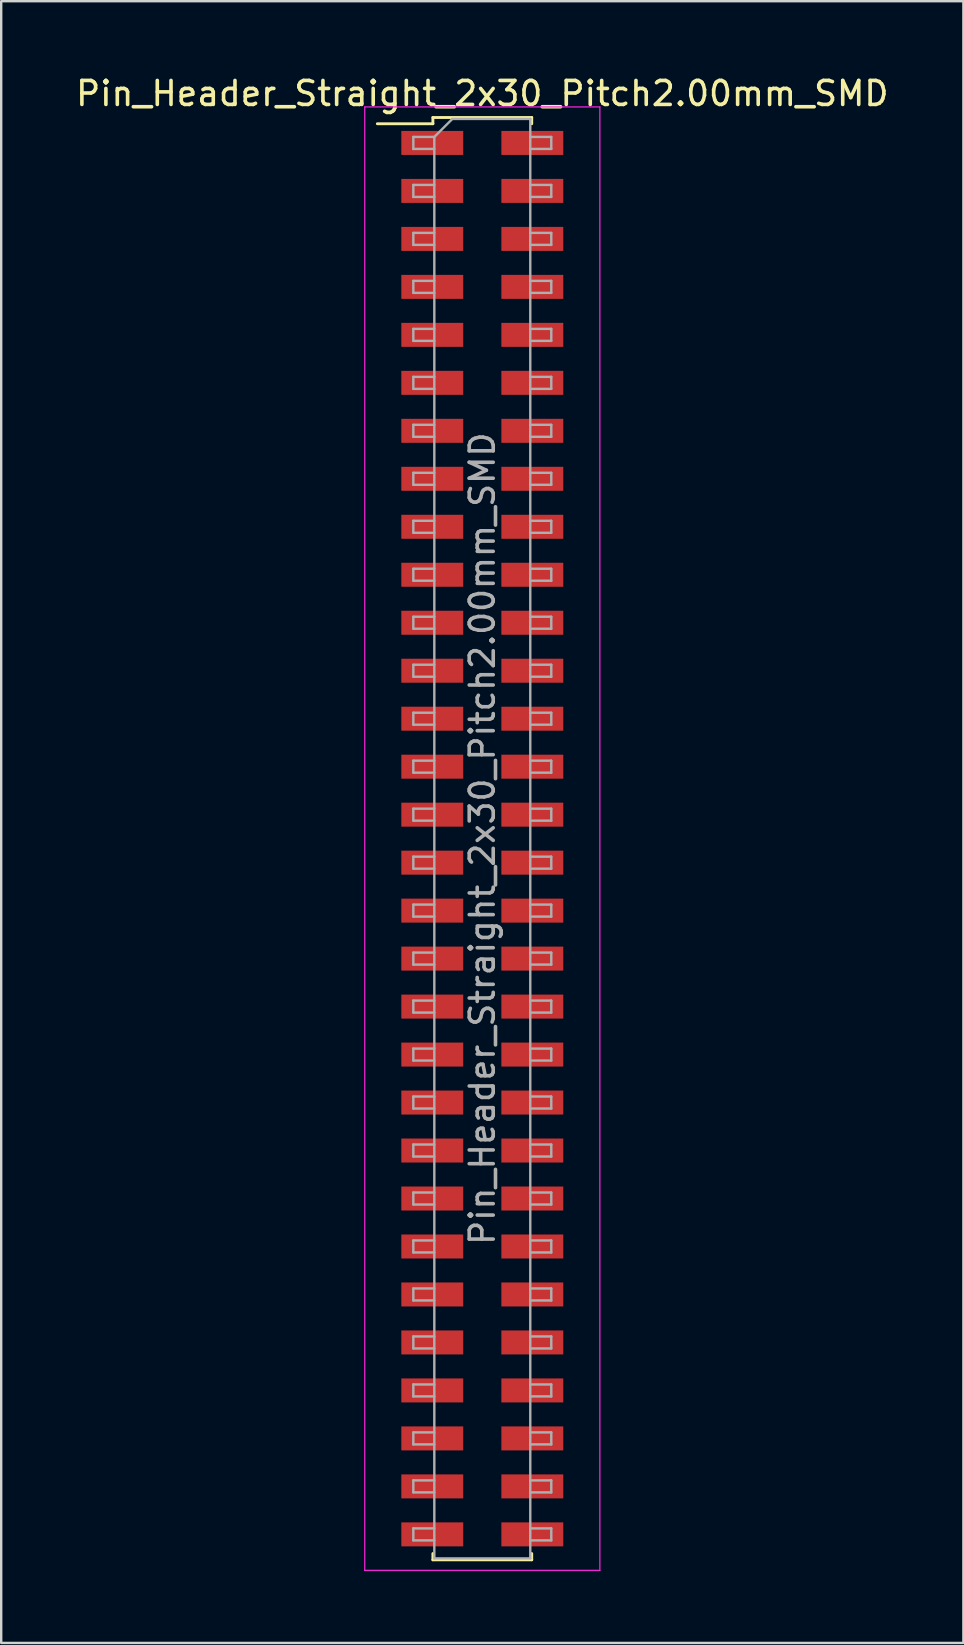
<source format=kicad_pcb>
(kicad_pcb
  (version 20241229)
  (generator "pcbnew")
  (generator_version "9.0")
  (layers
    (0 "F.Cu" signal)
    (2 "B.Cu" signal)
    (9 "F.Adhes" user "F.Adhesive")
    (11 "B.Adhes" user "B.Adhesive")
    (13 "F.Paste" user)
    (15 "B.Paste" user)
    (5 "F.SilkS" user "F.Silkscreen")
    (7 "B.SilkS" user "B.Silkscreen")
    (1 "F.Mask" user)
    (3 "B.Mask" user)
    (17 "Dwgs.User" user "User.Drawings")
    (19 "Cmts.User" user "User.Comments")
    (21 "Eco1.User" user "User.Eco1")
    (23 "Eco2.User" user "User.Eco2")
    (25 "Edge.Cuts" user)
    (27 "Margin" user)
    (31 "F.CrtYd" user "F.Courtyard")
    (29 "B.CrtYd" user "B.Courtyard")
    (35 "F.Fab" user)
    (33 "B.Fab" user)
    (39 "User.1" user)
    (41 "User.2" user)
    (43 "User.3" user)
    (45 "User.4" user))
  (footprint "Pin_Header_Straight_2x30_Pitch2.00mm_SMD"
    (layer "F.Cu")
    (at 17.054 31.908)
    (property "Reference" "Pin_Header_Straight_2x30_Pitch2.00mm_SMD" (at 0 -31.06 0) (layer "F.SilkS") (effects (font (size 1 1) (thickness 0.15))))
    (attr smd)
    (fp_line (start -4.375 -29.8) (end -2.06 -29.8) (stroke (width 0.12) (type solid)) (layer "F.SilkS"))
    (fp_line (start -2.06 -30.06) (end 2.06 -30.06) (stroke (width 0.12) (type solid)) (layer "F.SilkS"))
    (fp_line (start -2.06 -29.8) (end -2.06 -30.06) (stroke (width 0.12) (type solid)) (layer "F.SilkS"))
    (fp_line (start -2.06 29.8) (end -2.06 30.06) (stroke (width 0.12) (type solid)) (layer "F.SilkS"))
    (fp_line (start -2.06 30.06) (end 2.06 30.06) (stroke (width 0.12) (type solid)) (layer "F.SilkS"))
    (fp_line (start 2.06 -30.06) (end 2.06 -29.8) (stroke (width 0.12) (type solid)) (layer "F.SilkS"))
    (fp_line (start 2.06 30.06) (end 2.06 29.8) (stroke (width 0.12) (type solid)) (layer "F.SilkS"))
    (fp_line (start -4.9 -30.5) (end -4.9 30.5) (stroke (width 0.05) (type solid)) (layer "F.CrtYd"))
    (fp_line (start -4.9 30.5) (end 4.9 30.5) (stroke (width 0.05) (type solid)) (layer "F.CrtYd"))
    (fp_line (start 4.9 -30.5) (end -4.9 -30.5) (stroke (width 0.05) (type solid)) (layer "F.CrtYd"))
    (fp_line (start 4.9 30.5) (end 4.9 -30.5) (stroke (width 0.05) (type solid)) (layer "F.CrtYd"))
    (fp_line (start -2.875 -29.25) (end -2.875 -28.75) (stroke (width 0.1) (type solid)) (layer "F.Fab"))
    (fp_line (start -2.875 -28.75) (end -2 -28.75) (stroke (width 0.1) (type solid)) (layer "F.Fab"))
    (fp_line (start -2.875 -27.25) (end -2.875 -26.75) (stroke (width 0.1) (type solid)) (layer "F.Fab"))
    (fp_line (start -2.875 -26.75) (end -2 -26.75) (stroke (width 0.1) (type solid)) (layer "F.Fab"))
    (fp_line (start -2.875 -25.25) (end -2.875 -24.75) (stroke (width 0.1) (type solid)) (layer "F.Fab"))
    (fp_line (start -2.875 -24.75) (end -2 -24.75) (stroke (width 0.1) (type solid)) (layer "F.Fab"))
    (fp_line (start -2.875 -23.25) (end -2.875 -22.75) (stroke (width 0.1) (type solid)) (layer "F.Fab"))
    (fp_line (start -2.875 -22.75) (end -2 -22.75) (stroke (width 0.1) (type solid)) (layer "F.Fab"))
    (fp_line (start -2.875 -21.25) (end -2.875 -20.75) (stroke (width 0.1) (type solid)) (layer "F.Fab"))
    (fp_line (start -2.875 -20.75) (end -2 -20.75) (stroke (width 0.1) (type solid)) (layer "F.Fab"))
    (fp_line (start -2.875 -19.25) (end -2.875 -18.75) (stroke (width 0.1) (type solid)) (layer "F.Fab"))
    (fp_line (start -2.875 -18.75) (end -2 -18.75) (stroke (width 0.1) (type solid)) (layer "F.Fab"))
    (fp_line (start -2.875 -17.25) (end -2.875 -16.75) (stroke (width 0.1) (type solid)) (layer "F.Fab"))
    (fp_line (start -2.875 -16.75) (end -2 -16.75) (stroke (width 0.1) (type solid)) (layer "F.Fab"))
    (fp_line (start -2.875 -15.25) (end -2.875 -14.75) (stroke (width 0.1) (type solid)) (layer "F.Fab"))
    (fp_line (start -2.875 -14.75) (end -2 -14.75) (stroke (width 0.1) (type solid)) (layer "F.Fab"))
    (fp_line (start -2.875 -13.25) (end -2.875 -12.75) (stroke (width 0.1) (type solid)) (layer "F.Fab"))
    (fp_line (start -2.875 -12.75) (end -2 -12.75) (stroke (width 0.1) (type solid)) (layer "F.Fab"))
    (fp_line (start -2.875 -11.25) (end -2.875 -10.75) (stroke (width 0.1) (type solid)) (layer "F.Fab"))
    (fp_line (start -2.875 -10.75) (end -2 -10.75) (stroke (width 0.1) (type solid)) (layer "F.Fab"))
    (fp_line (start -2.875 -9.25) (end -2.875 -8.75) (stroke (width 0.1) (type solid)) (layer "F.Fab"))
    (fp_line (start -2.875 -8.75) (end -2 -8.75) (stroke (width 0.1) (type solid)) (layer "F.Fab"))
    (fp_line (start -2.875 -7.25) (end -2.875 -6.75) (stroke (width 0.1) (type solid)) (layer "F.Fab"))
    (fp_line (start -2.875 -6.75) (end -2 -6.75) (stroke (width 0.1) (type solid)) (layer "F.Fab"))
    (fp_line (start -2.875 -5.25) (end -2.875 -4.75) (stroke (width 0.1) (type solid)) (layer "F.Fab"))
    (fp_line (start -2.875 -4.75) (end -2 -4.75) (stroke (width 0.1) (type solid)) (layer "F.Fab"))
    (fp_line (start -2.875 -3.25) (end -2.875 -2.75) (stroke (width 0.1) (type solid)) (layer "F.Fab"))
    (fp_line (start -2.875 -2.75) (end -2 -2.75) (stroke (width 0.1) (type solid)) (layer "F.Fab"))
    (fp_line (start -2.875 -1.25) (end -2.875 -0.75) (stroke (width 0.1) (type solid)) (layer "F.Fab"))
    (fp_line (start -2.875 -0.75) (end -2 -0.75) (stroke (width 0.1) (type solid)) (layer "F.Fab"))
    (fp_line (start -2.875 0.75) (end -2.875 1.25) (stroke (width 0.1) (type solid)) (layer "F.Fab"))
    (fp_line (start -2.875 1.25) (end -2 1.25) (stroke (width 0.1) (type solid)) (layer "F.Fab"))
    (fp_line (start -2.875 2.75) (end -2.875 3.25) (stroke (width 0.1) (type solid)) (layer "F.Fab"))
    (fp_line (start -2.875 3.25) (end -2 3.25) (stroke (width 0.1) (type solid)) (layer "F.Fab"))
    (fp_line (start -2.875 4.75) (end -2.875 5.25) (stroke (width 0.1) (type solid)) (layer "F.Fab"))
    (fp_line (start -2.875 5.25) (end -2 5.25) (stroke (width 0.1) (type solid)) (layer "F.Fab"))
    (fp_line (start -2.875 6.75) (end -2.875 7.25) (stroke (width 0.1) (type solid)) (layer "F.Fab"))
    (fp_line (start -2.875 7.25) (end -2 7.25) (stroke (width 0.1) (type solid)) (layer "F.Fab"))
    (fp_line (start -2.875 8.75) (end -2.875 9.25) (stroke (width 0.1) (type solid)) (layer "F.Fab"))
    (fp_line (start -2.875 9.25) (end -2 9.25) (stroke (width 0.1) (type solid)) (layer "F.Fab"))
    (fp_line (start -2.875 10.75) (end -2.875 11.25) (stroke (width 0.1) (type solid)) (layer "F.Fab"))
    (fp_line (start -2.875 11.25) (end -2 11.25) (stroke (width 0.1) (type solid)) (layer "F.Fab"))
    (fp_line (start -2.875 12.75) (end -2.875 13.25) (stroke (width 0.1) (type solid)) (layer "F.Fab"))
    (fp_line (start -2.875 13.25) (end -2 13.25) (stroke (width 0.1) (type solid)) (layer "F.Fab"))
    (fp_line (start -2.875 14.75) (end -2.875 15.25) (stroke (width 0.1) (type solid)) (layer "F.Fab"))
    (fp_line (start -2.875 15.25) (end -2 15.25) (stroke (width 0.1) (type solid)) (layer "F.Fab"))
    (fp_line (start -2.875 16.75) (end -2.875 17.25) (stroke (width 0.1) (type solid)) (layer "F.Fab"))
    (fp_line (start -2.875 17.25) (end -2 17.25) (stroke (width 0.1) (type solid)) (layer "F.Fab"))
    (fp_line (start -2.875 18.75) (end -2.875 19.25) (stroke (width 0.1) (type solid)) (layer "F.Fab"))
    (fp_line (start -2.875 19.25) (end -2 19.25) (stroke (width 0.1) (type solid)) (layer "F.Fab"))
    (fp_line (start -2.875 20.75) (end -2.875 21.25) (stroke (width 0.1) (type solid)) (layer "F.Fab"))
    (fp_line (start -2.875 21.25) (end -2 21.25) (stroke (width 0.1) (type solid)) (layer "F.Fab"))
    (fp_line (start -2.875 22.75) (end -2.875 23.25) (stroke (width 0.1) (type solid)) (layer "F.Fab"))
    (fp_line (start -2.875 23.25) (end -2 23.25) (stroke (width 0.1) (type solid)) (layer "F.Fab"))
    (fp_line (start -2.875 24.75) (end -2.875 25.25) (stroke (width 0.1) (type solid)) (layer "F.Fab"))
    (fp_line (start -2.875 25.25) (end -2 25.25) (stroke (width 0.1) (type solid)) (layer "F.Fab"))
    (fp_line (start -2.875 26.75) (end -2.875 27.25) (stroke (width 0.1) (type solid)) (layer "F.Fab"))
    (fp_line (start -2.875 27.25) (end -2 27.25) (stroke (width 0.1) (type solid)) (layer "F.Fab"))
    (fp_line (start -2.875 28.75) (end -2.875 29.25) (stroke (width 0.1) (type solid)) (layer "F.Fab"))
    (fp_line (start -2.875 29.25) (end -2 29.25) (stroke (width 0.1) (type solid)) (layer "F.Fab"))
    (fp_line (start -2 -29.25) (end -2.875 -29.25) (stroke (width 0.1) (type solid)) (layer "F.Fab"))
    (fp_line (start -2 -29.25) (end -1.25 -30) (stroke (width 0.1) (type solid)) (layer "F.Fab"))
    (fp_line (start -2 -27.25) (end -2.875 -27.25) (stroke (width 0.1) (type solid)) (layer "F.Fab"))
    (fp_line (start -2 -25.25) (end -2.875 -25.25) (stroke (width 0.1) (type solid)) (layer "F.Fab"))
    (fp_line (start -2 -23.25) (end -2.875 -23.25) (stroke (width 0.1) (type solid)) (layer "F.Fab"))
    (fp_line (start -2 -21.25) (end -2.875 -21.25) (stroke (width 0.1) (type solid)) (layer "F.Fab"))
    (fp_line (start -2 -19.25) (end -2.875 -19.25) (stroke (width 0.1) (type solid)) (layer "F.Fab"))
    (fp_line (start -2 -17.25) (end -2.875 -17.25) (stroke (width 0.1) (type solid)) (layer "F.Fab"))
    (fp_line (start -2 -15.25) (end -2.875 -15.25) (stroke (width 0.1) (type solid)) (layer "F.Fab"))
    (fp_line (start -2 -13.25) (end -2.875 -13.25) (stroke (width 0.1) (type solid)) (layer "F.Fab"))
    (fp_line (start -2 -11.25) (end -2.875 -11.25) (stroke (width 0.1) (type solid)) (layer "F.Fab"))
    (fp_line (start -2 -9.25) (end -2.875 -9.25) (stroke (width 0.1) (type solid)) (layer "F.Fab"))
    (fp_line (start -2 -7.25) (end -2.875 -7.25) (stroke (width 0.1) (type solid)) (layer "F.Fab"))
    (fp_line (start -2 -5.25) (end -2.875 -5.25) (stroke (width 0.1) (type solid)) (layer "F.Fab"))
    (fp_line (start -2 -3.25) (end -2.875 -3.25) (stroke (width 0.1) (type solid)) (layer "F.Fab"))
    (fp_line (start -2 -1.25) (end -2.875 -1.25) (stroke (width 0.1) (type solid)) (layer "F.Fab"))
    (fp_line (start -2 0.75) (end -2.875 0.75) (stroke (width 0.1) (type solid)) (layer "F.Fab"))
    (fp_line (start -2 2.75) (end -2.875 2.75) (stroke (width 0.1) (type solid)) (layer "F.Fab"))
    (fp_line (start -2 4.75) (end -2.875 4.75) (stroke (width 0.1) (type solid)) (layer "F.Fab"))
    (fp_line (start -2 6.75) (end -2.875 6.75) (stroke (width 0.1) (type solid)) (layer "F.Fab"))
    (fp_line (start -2 8.75) (end -2.875 8.75) (stroke (width 0.1) (type solid)) (layer "F.Fab"))
    (fp_line (start -2 10.75) (end -2.875 10.75) (stroke (width 0.1) (type solid)) (layer "F.Fab"))
    (fp_line (start -2 12.75) (end -2.875 12.75) (stroke (width 0.1) (type solid)) (layer "F.Fab"))
    (fp_line (start -2 14.75) (end -2.875 14.75) (stroke (width 0.1) (type solid)) (layer "F.Fab"))
    (fp_line (start -2 16.75) (end -2.875 16.75) (stroke (width 0.1) (type solid)) (layer "F.Fab"))
    (fp_line (start -2 18.75) (end -2.875 18.75) (stroke (width 0.1) (type solid)) (layer "F.Fab"))
    (fp_line (start -2 20.75) (end -2.875 20.75) (stroke (width 0.1) (type solid)) (layer "F.Fab"))
    (fp_line (start -2 22.75) (end -2.875 22.75) (stroke (width 0.1) (type solid)) (layer "F.Fab"))
    (fp_line (start -2 24.75) (end -2.875 24.75) (stroke (width 0.1) (type solid)) (layer "F.Fab"))
    (fp_line (start -2 26.75) (end -2.875 26.75) (stroke (width 0.1) (type solid)) (layer "F.Fab"))
    (fp_line (start -2 28.75) (end -2.875 28.75) (stroke (width 0.1) (type solid)) (layer "F.Fab"))
    (fp_line (start -2 30) (end -2 -29.25) (stroke (width 0.1) (type solid)) (layer "F.Fab"))
    (fp_line (start -1.25 -30) (end 2 -30) (stroke (width 0.1) (type solid)) (layer "F.Fab"))
    (fp_line (start 2 -30) (end 2 30) (stroke (width 0.1) (type solid)) (layer "F.Fab"))
    (fp_line (start 2 -29.25) (end 2.875 -29.25) (stroke (width 0.1) (type solid)) (layer "F.Fab"))
    (fp_line (start 2 -27.25) (end 2.875 -27.25) (stroke (width 0.1) (type solid)) (layer "F.Fab"))
    (fp_line (start 2 -25.25) (end 2.875 -25.25) (stroke (width 0.1) (type solid)) (layer "F.Fab"))
    (fp_line (start 2 -23.25) (end 2.875 -23.25) (stroke (width 0.1) (type solid)) (layer "F.Fab"))
    (fp_line (start 2 -21.25) (end 2.875 -21.25) (stroke (width 0.1) (type solid)) (layer "F.Fab"))
    (fp_line (start 2 -19.25) (end 2.875 -19.25) (stroke (width 0.1) (type solid)) (layer "F.Fab"))
    (fp_line (start 2 -17.25) (end 2.875 -17.25) (stroke (width 0.1) (type solid)) (layer "F.Fab"))
    (fp_line (start 2 -15.25) (end 2.875 -15.25) (stroke (width 0.1) (type solid)) (layer "F.Fab"))
    (fp_line (start 2 -13.25) (end 2.875 -13.25) (stroke (width 0.1) (type solid)) (layer "F.Fab"))
    (fp_line (start 2 -11.25) (end 2.875 -11.25) (stroke (width 0.1) (type solid)) (layer "F.Fab"))
    (fp_line (start 2 -9.25) (end 2.875 -9.25) (stroke (width 0.1) (type solid)) (layer "F.Fab"))
    (fp_line (start 2 -7.25) (end 2.875 -7.25) (stroke (width 0.1) (type solid)) (layer "F.Fab"))
    (fp_line (start 2 -5.25) (end 2.875 -5.25) (stroke (width 0.1) (type solid)) (layer "F.Fab"))
    (fp_line (start 2 -3.25) (end 2.875 -3.25) (stroke (width 0.1) (type solid)) (layer "F.Fab"))
    (fp_line (start 2 -1.25) (end 2.875 -1.25) (stroke (width 0.1) (type solid)) (layer "F.Fab"))
    (fp_line (start 2 0.75) (end 2.875 0.75) (stroke (width 0.1) (type solid)) (layer "F.Fab"))
    (fp_line (start 2 2.75) (end 2.875 2.75) (stroke (width 0.1) (type solid)) (layer "F.Fab"))
    (fp_line (start 2 4.75) (end 2.875 4.75) (stroke (width 0.1) (type solid)) (layer "F.Fab"))
    (fp_line (start 2 6.75) (end 2.875 6.75) (stroke (width 0.1) (type solid)) (layer "F.Fab"))
    (fp_line (start 2 8.75) (end 2.875 8.75) (stroke (width 0.1) (type solid)) (layer "F.Fab"))
    (fp_line (start 2 10.75) (end 2.875 10.75) (stroke (width 0.1) (type solid)) (layer "F.Fab"))
    (fp_line (start 2 12.75) (end 2.875 12.75) (stroke (width 0.1) (type solid)) (layer "F.Fab"))
    (fp_line (start 2 14.75) (end 2.875 14.75) (stroke (width 0.1) (type solid)) (layer "F.Fab"))
    (fp_line (start 2 16.75) (end 2.875 16.75) (stroke (width 0.1) (type solid)) (layer "F.Fab"))
    (fp_line (start 2 18.75) (end 2.875 18.75) (stroke (width 0.1) (type solid)) (layer "F.Fab"))
    (fp_line (start 2 20.75) (end 2.875 20.75) (stroke (width 0.1) (type solid)) (layer "F.Fab"))
    (fp_line (start 2 22.75) (end 2.875 22.75) (stroke (width 0.1) (type solid)) (layer "F.Fab"))
    (fp_line (start 2 24.75) (end 2.875 24.75) (stroke (width 0.1) (type solid)) (layer "F.Fab"))
    (fp_line (start 2 26.75) (end 2.875 26.75) (stroke (width 0.1) (type solid)) (layer "F.Fab"))
    (fp_line (start 2 28.75) (end 2.875 28.75) (stroke (width 0.1) (type solid)) (layer "F.Fab"))
    (fp_line (start 2 30) (end -2 30) (stroke (width 0.1) (type solid)) (layer "F.Fab"))
    (fp_line (start 2.875 -29.25) (end 2.875 -28.75) (stroke (width 0.1) (type solid)) (layer "F.Fab"))
    (fp_line (start 2.875 -28.75) (end 2 -28.75) (stroke (width 0.1) (type solid)) (layer "F.Fab"))
    (fp_line (start 2.875 -27.25) (end 2.875 -26.75) (stroke (width 0.1) (type solid)) (layer "F.Fab"))
    (fp_line (start 2.875 -26.75) (end 2 -26.75) (stroke (width 0.1) (type solid)) (layer "F.Fab"))
    (fp_line (start 2.875 -25.25) (end 2.875 -24.75) (stroke (width 0.1) (type solid)) (layer "F.Fab"))
    (fp_line (start 2.875 -24.75) (end 2 -24.75) (stroke (width 0.1) (type solid)) (layer "F.Fab"))
    (fp_line (start 2.875 -23.25) (end 2.875 -22.75) (stroke (width 0.1) (type solid)) (layer "F.Fab"))
    (fp_line (start 2.875 -22.75) (end 2 -22.75) (stroke (width 0.1) (type solid)) (layer "F.Fab"))
    (fp_line (start 2.875 -21.25) (end 2.875 -20.75) (stroke (width 0.1) (type solid)) (layer "F.Fab"))
    (fp_line (start 2.875 -20.75) (end 2 -20.75) (stroke (width 0.1) (type solid)) (layer "F.Fab"))
    (fp_line (start 2.875 -19.25) (end 2.875 -18.75) (stroke (width 0.1) (type solid)) (layer "F.Fab"))
    (fp_line (start 2.875 -18.75) (end 2 -18.75) (stroke (width 0.1) (type solid)) (layer "F.Fab"))
    (fp_line (start 2.875 -17.25) (end 2.875 -16.75) (stroke (width 0.1) (type solid)) (layer "F.Fab"))
    (fp_line (start 2.875 -16.75) (end 2 -16.75) (stroke (width 0.1) (type solid)) (layer "F.Fab"))
    (fp_line (start 2.875 -15.25) (end 2.875 -14.75) (stroke (width 0.1) (type solid)) (layer "F.Fab"))
    (fp_line (start 2.875 -14.75) (end 2 -14.75) (stroke (width 0.1) (type solid)) (layer "F.Fab"))
    (fp_line (start 2.875 -13.25) (end 2.875 -12.75) (stroke (width 0.1) (type solid)) (layer "F.Fab"))
    (fp_line (start 2.875 -12.75) (end 2 -12.75) (stroke (width 0.1) (type solid)) (layer "F.Fab"))
    (fp_line (start 2.875 -11.25) (end 2.875 -10.75) (stroke (width 0.1) (type solid)) (layer "F.Fab"))
    (fp_line (start 2.875 -10.75) (end 2 -10.75) (stroke (width 0.1) (type solid)) (layer "F.Fab"))
    (fp_line (start 2.875 -9.25) (end 2.875 -8.75) (stroke (width 0.1) (type solid)) (layer "F.Fab"))
    (fp_line (start 2.875 -8.75) (end 2 -8.75) (stroke (width 0.1) (type solid)) (layer "F.Fab"))
    (fp_line (start 2.875 -7.25) (end 2.875 -6.75) (stroke (width 0.1) (type solid)) (layer "F.Fab"))
    (fp_line (start 2.875 -6.75) (end 2 -6.75) (stroke (width 0.1) (type solid)) (layer "F.Fab"))
    (fp_line (start 2.875 -5.25) (end 2.875 -4.75) (stroke (width 0.1) (type solid)) (layer "F.Fab"))
    (fp_line (start 2.875 -4.75) (end 2 -4.75) (stroke (width 0.1) (type solid)) (layer "F.Fab"))
    (fp_line (start 2.875 -3.25) (end 2.875 -2.75) (stroke (width 0.1) (type solid)) (layer "F.Fab"))
    (fp_line (start 2.875 -2.75) (end 2 -2.75) (stroke (width 0.1) (type solid)) (layer "F.Fab"))
    (fp_line (start 2.875 -1.25) (end 2.875 -0.75) (stroke (width 0.1) (type solid)) (layer "F.Fab"))
    (fp_line (start 2.875 -0.75) (end 2 -0.75) (stroke (width 0.1) (type solid)) (layer "F.Fab"))
    (fp_line (start 2.875 0.75) (end 2.875 1.25) (stroke (width 0.1) (type solid)) (layer "F.Fab"))
    (fp_line (start 2.875 1.25) (end 2 1.25) (stroke (width 0.1) (type solid)) (layer "F.Fab"))
    (fp_line (start 2.875 2.75) (end 2.875 3.25) (stroke (width 0.1) (type solid)) (layer "F.Fab"))
    (fp_line (start 2.875 3.25) (end 2 3.25) (stroke (width 0.1) (type solid)) (layer "F.Fab"))
    (fp_line (start 2.875 4.75) (end 2.875 5.25) (stroke (width 0.1) (type solid)) (layer "F.Fab"))
    (fp_line (start 2.875 5.25) (end 2 5.25) (stroke (width 0.1) (type solid)) (layer "F.Fab"))
    (fp_line (start 2.875 6.75) (end 2.875 7.25) (stroke (width 0.1) (type solid)) (layer "F.Fab"))
    (fp_line (start 2.875 7.25) (end 2 7.25) (stroke (width 0.1) (type solid)) (layer "F.Fab"))
    (fp_line (start 2.875 8.75) (end 2.875 9.25) (stroke (width 0.1) (type solid)) (layer "F.Fab"))
    (fp_line (start 2.875 9.25) (end 2 9.25) (stroke (width 0.1) (type solid)) (layer "F.Fab"))
    (fp_line (start 2.875 10.75) (end 2.875 11.25) (stroke (width 0.1) (type solid)) (layer "F.Fab"))
    (fp_line (start 2.875 11.25) (end 2 11.25) (stroke (width 0.1) (type solid)) (layer "F.Fab"))
    (fp_line (start 2.875 12.75) (end 2.875 13.25) (stroke (width 0.1) (type solid)) (layer "F.Fab"))
    (fp_line (start 2.875 13.25) (end 2 13.25) (stroke (width 0.1) (type solid)) (layer "F.Fab"))
    (fp_line (start 2.875 14.75) (end 2.875 15.25) (stroke (width 0.1) (type solid)) (layer "F.Fab"))
    (fp_line (start 2.875 15.25) (end 2 15.25) (stroke (width 0.1) (type solid)) (layer "F.Fab"))
    (fp_line (start 2.875 16.75) (end 2.875 17.25) (stroke (width 0.1) (type solid)) (layer "F.Fab"))
    (fp_line (start 2.875 17.25) (end 2 17.25) (stroke (width 0.1) (type solid)) (layer "F.Fab"))
    (fp_line (start 2.875 18.75) (end 2.875 19.25) (stroke (width 0.1) (type solid)) (layer "F.Fab"))
    (fp_line (start 2.875 19.25) (end 2 19.25) (stroke (width 0.1) (type solid)) (layer "F.Fab"))
    (fp_line (start 2.875 20.75) (end 2.875 21.25) (stroke (width 0.1) (type solid)) (layer "F.Fab"))
    (fp_line (start 2.875 21.25) (end 2 21.25) (stroke (width 0.1) (type solid)) (layer "F.Fab"))
    (fp_line (start 2.875 22.75) (end 2.875 23.25) (stroke (width 0.1) (type solid)) (layer "F.Fab"))
    (fp_line (start 2.875 23.25) (end 2 23.25) (stroke (width 0.1) (type solid)) (layer "F.Fab"))
    (fp_line (start 2.875 24.75) (end 2.875 25.25) (stroke (width 0.1) (type solid)) (layer "F.Fab"))
    (fp_line (start 2.875 25.25) (end 2 25.25) (stroke (width 0.1) (type solid)) (layer "F.Fab"))
    (fp_line (start 2.875 26.75) (end 2.875 27.25) (stroke (width 0.1) (type solid)) (layer "F.Fab"))
    (fp_line (start 2.875 27.25) (end 2 27.25) (stroke (width 0.1) (type solid)) (layer "F.Fab"))
    (fp_line (start 2.875 28.75) (end 2.875 29.25) (stroke (width 0.1) (type solid)) (layer "F.Fab"))
    (fp_line (start 2.875 29.25) (end 2 29.25) (stroke (width 0.1) (type solid)) (layer "F.Fab"))
    (fp_text user "${REFERENCE}" (at 0 0 90) (layer "F.Fab") (effects (font (size 1 1) (thickness 0.15))))
    (pad "1" smd rect (at -2.085 -29) (size 2.58 1) (layers "F.Cu" "F.Mask" "F.Paste"))
    (pad "2" smd rect (at 2.085 -29) (size 2.58 1) (layers "F.Cu" "F.Mask" "F.Paste"))
    (pad "3" smd rect (at -2.085 -27) (size 2.58 1) (layers "F.Cu" "F.Mask" "F.Paste"))
    (pad "4" smd rect (at 2.085 -27) (size 2.58 1) (layers "F.Cu" "F.Mask" "F.Paste"))
    (pad "5" smd rect (at -2.085 -25) (size 2.58 1) (layers "F.Cu" "F.Mask" "F.Paste"))
    (pad "6" smd rect (at 2.085 -25) (size 2.58 1) (layers "F.Cu" "F.Mask" "F.Paste"))
    (pad "7" smd rect (at -2.085 -23) (size 2.58 1) (layers "F.Cu" "F.Mask" "F.Paste"))
    (pad "8" smd rect (at 2.085 -23) (size 2.58 1) (layers "F.Cu" "F.Mask" "F.Paste"))
    (pad "9" smd rect (at -2.085 -21) (size 2.58 1) (layers "F.Cu" "F.Mask" "F.Paste"))
    (pad "10" smd rect (at 2.085 -21) (size 2.58 1) (layers "F.Cu" "F.Mask" "F.Paste"))
    (pad "11" smd rect (at -2.085 -19) (size 2.58 1) (layers "F.Cu" "F.Mask" "F.Paste"))
    (pad "12" smd rect (at 2.085 -19) (size 2.58 1) (layers "F.Cu" "F.Mask" "F.Paste"))
    (pad "13" smd rect (at -2.085 -17) (size 2.58 1) (layers "F.Cu" "F.Mask" "F.Paste"))
    (pad "14" smd rect (at 2.085 -17) (size 2.58 1) (layers "F.Cu" "F.Mask" "F.Paste"))
    (pad "15" smd rect (at -2.085 -15) (size 2.58 1) (layers "F.Cu" "F.Mask" "F.Paste"))
    (pad "16" smd rect (at 2.085 -15) (size 2.58 1) (layers "F.Cu" "F.Mask" "F.Paste"))
    (pad "17" smd rect (at -2.085 -13) (size 2.58 1) (layers "F.Cu" "F.Mask" "F.Paste"))
    (pad "18" smd rect (at 2.085 -13) (size 2.58 1) (layers "F.Cu" "F.Mask" "F.Paste"))
    (pad "19" smd rect (at -2.085 -11) (size 2.58 1) (layers "F.Cu" "F.Mask" "F.Paste"))
    (pad "20" smd rect (at 2.085 -11) (size 2.58 1) (layers "F.Cu" "F.Mask" "F.Paste"))
    (pad "21" smd rect (at -2.085 -9) (size 2.58 1) (layers "F.Cu" "F.Mask" "F.Paste"))
    (pad "22" smd rect (at 2.085 -9) (size 2.58 1) (layers "F.Cu" "F.Mask" "F.Paste"))
    (pad "23" smd rect (at -2.085 -7) (size 2.58 1) (layers "F.Cu" "F.Mask" "F.Paste"))
    (pad "24" smd rect (at 2.085 -7) (size 2.58 1) (layers "F.Cu" "F.Mask" "F.Paste"))
    (pad "25" smd rect (at -2.085 -5) (size 2.58 1) (layers "F.Cu" "F.Mask" "F.Paste"))
    (pad "26" smd rect (at 2.085 -5) (size 2.58 1) (layers "F.Cu" "F.Mask" "F.Paste"))
    (pad "27" smd rect (at -2.085 -3) (size 2.58 1) (layers "F.Cu" "F.Mask" "F.Paste"))
    (pad "28" smd rect (at 2.085 -3) (size 2.58 1) (layers "F.Cu" "F.Mask" "F.Paste"))
    (pad "29" smd rect (at -2.085 -1) (size 2.58 1) (layers "F.Cu" "F.Mask" "F.Paste"))
    (pad "30" smd rect (at 2.085 -1) (size 2.58 1) (layers "F.Cu" "F.Mask" "F.Paste"))
    (pad "31" smd rect (at -2.085 1) (size 2.58 1) (layers "F.Cu" "F.Mask" "F.Paste"))
    (pad "32" smd rect (at 2.085 1) (size 2.58 1) (layers "F.Cu" "F.Mask" "F.Paste"))
    (pad "33" smd rect (at -2.085 3) (size 2.58 1) (layers "F.Cu" "F.Mask" "F.Paste"))
    (pad "34" smd rect (at 2.085 3) (size 2.58 1) (layers "F.Cu" "F.Mask" "F.Paste"))
    (pad "35" smd rect (at -2.085 5) (size 2.58 1) (layers "F.Cu" "F.Mask" "F.Paste"))
    (pad "36" smd rect (at 2.085 5) (size 2.58 1) (layers "F.Cu" "F.Mask" "F.Paste"))
    (pad "37" smd rect (at -2.085 7) (size 2.58 1) (layers "F.Cu" "F.Mask" "F.Paste"))
    (pad "38" smd rect (at 2.085 7) (size 2.58 1) (layers "F.Cu" "F.Mask" "F.Paste"))
    (pad "39" smd rect (at -2.085 9) (size 2.58 1) (layers "F.Cu" "F.Mask" "F.Paste"))
    (pad "40" smd rect (at 2.085 9) (size 2.58 1) (layers "F.Cu" "F.Mask" "F.Paste"))
    (pad "41" smd rect (at -2.085 11) (size 2.58 1) (layers "F.Cu" "F.Mask" "F.Paste"))
    (pad "42" smd rect (at 2.085 11) (size 2.58 1) (layers "F.Cu" "F.Mask" "F.Paste"))
    (pad "43" smd rect (at -2.085 13) (size 2.58 1) (layers "F.Cu" "F.Mask" "F.Paste"))
    (pad "44" smd rect (at 2.085 13) (size 2.58 1) (layers "F.Cu" "F.Mask" "F.Paste"))
    (pad "45" smd rect (at -2.085 15) (size 2.58 1) (layers "F.Cu" "F.Mask" "F.Paste"))
    (pad "46" smd rect (at 2.085 15) (size 2.58 1) (layers "F.Cu" "F.Mask" "F.Paste"))
    (pad "47" smd rect (at -2.085 17) (size 2.58 1) (layers "F.Cu" "F.Mask" "F.Paste"))
    (pad "48" smd rect (at 2.085 17) (size 2.58 1) (layers "F.Cu" "F.Mask" "F.Paste"))
    (pad "49" smd rect (at -2.085 19) (size 2.58 1) (layers "F.Cu" "F.Mask" "F.Paste"))
    (pad "50" smd rect (at 2.085 19) (size 2.58 1) (layers "F.Cu" "F.Mask" "F.Paste"))
    (pad "51" smd rect (at -2.085 21) (size 2.58 1) (layers "F.Cu" "F.Mask" "F.Paste"))
    (pad "52" smd rect (at 2.085 21) (size 2.58 1) (layers "F.Cu" "F.Mask" "F.Paste"))
    (pad "53" smd rect (at -2.085 23) (size 2.58 1) (layers "F.Cu" "F.Mask" "F.Paste"))
    (pad "54" smd rect (at 2.085 23) (size 2.58 1) (layers "F.Cu" "F.Mask" "F.Paste"))
    (pad "55" smd rect (at -2.085 25) (size 2.58 1) (layers "F.Cu" "F.Mask" "F.Paste"))
    (pad "56" smd rect (at 2.085 25) (size 2.58 1) (layers "F.Cu" "F.Mask" "F.Paste"))
    (pad "57" smd rect (at -2.085 27) (size 2.58 1) (layers "F.Cu" "F.Mask" "F.Paste"))
    (pad "58" smd rect (at 2.085 27) (size 2.58 1) (layers "F.Cu" "F.Mask" "F.Paste"))
    (pad "59" smd rect (at -2.085 29) (size 2.58 1) (layers "F.Cu" "F.Mask" "F.Paste"))
    (pad "60" smd rect (at 2.085 29) (size 2.58 1) (layers "F.Cu" "F.Mask" "F.Paste")))
  (gr_rect
    (start -3 -3)
    (end 37.107 65.433)
    (stroke (width 0.1) (type default))
    (fill no)
    (layer "Edge.Cuts")))
</source>
